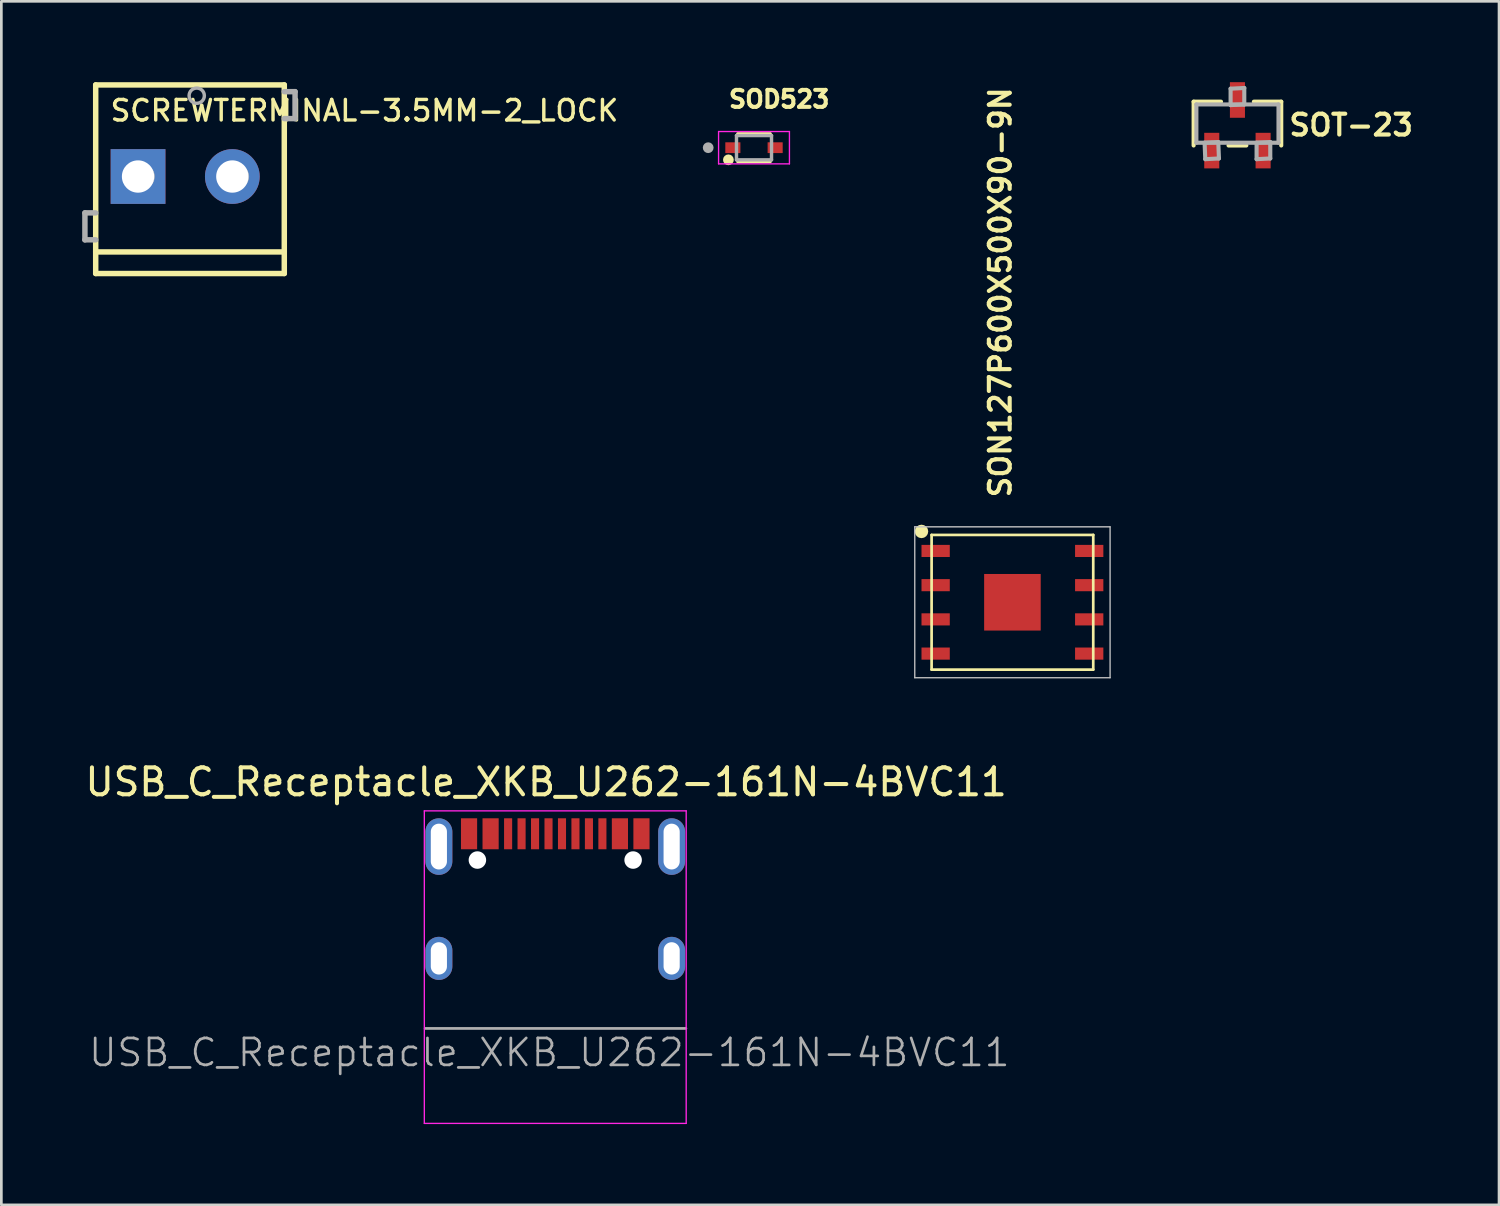
<source format=kicad_pcb>
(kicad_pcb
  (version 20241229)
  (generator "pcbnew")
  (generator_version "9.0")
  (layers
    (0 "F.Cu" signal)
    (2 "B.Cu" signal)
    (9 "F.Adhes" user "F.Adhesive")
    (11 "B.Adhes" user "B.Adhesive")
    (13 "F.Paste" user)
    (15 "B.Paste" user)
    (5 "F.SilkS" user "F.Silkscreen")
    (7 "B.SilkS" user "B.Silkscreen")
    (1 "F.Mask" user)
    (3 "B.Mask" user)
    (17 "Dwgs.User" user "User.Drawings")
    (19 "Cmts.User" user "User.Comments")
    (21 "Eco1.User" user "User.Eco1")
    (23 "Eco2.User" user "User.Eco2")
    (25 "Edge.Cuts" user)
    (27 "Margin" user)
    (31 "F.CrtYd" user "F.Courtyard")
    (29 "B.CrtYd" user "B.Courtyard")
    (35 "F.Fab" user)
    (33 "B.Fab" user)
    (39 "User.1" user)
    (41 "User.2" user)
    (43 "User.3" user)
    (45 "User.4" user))
  (footprint "SCREWTERMINAL-3.5MM-2_LOCK"
    (layer "F.Cu")
    (at 2.074 3.502)
    (property "Reference" "SCREWTERMINAL-3.5MM-2_LOCK" (at -1.097 -2 0) (layer "F.SilkS") (effects (font (size 0.762 0.762) (thickness 0.127)) (justify left bottom)))
    (attr through_hole)
    (fp_line (start -1.572 -3.4) (end 5.428 -3.4) (stroke (width 0.203) (type solid)) (layer "F.SilkS"))
    (fp_line (start -1.572 2.8) (end -1.572 -3.4) (stroke (width 0.203) (type solid)) (layer "F.SilkS"))
    (fp_line (start -1.572 3.6) (end -1.572 2.8) (stroke (width 0.203) (type solid)) (layer "F.SilkS"))
    (fp_line (start 5.428 -3.4) (end 5.428 2.8) (stroke (width 0.203) (type solid)) (layer "F.SilkS"))
    (fp_line (start 5.428 2.8) (end -1.572 2.8) (stroke (width 0.203) (type solid)) (layer "F.SilkS"))
    (fp_line (start 5.428 2.8) (end 5.428 3.6) (stroke (width 0.203) (type solid)) (layer "F.SilkS"))
    (fp_line (start 5.428 3.6) (end -1.572 3.6) (stroke (width 0.203) (type solid)) (layer "F.SilkS"))
    (fp_line (start -1.972 1.35) (end -1.972 2.35) (stroke (width 0.203) (type solid)) (layer "F.Fab"))
    (fp_line (start -1.972 2.35) (end -1.572 2.35) (stroke (width 0.203) (type solid)) (layer "F.Fab"))
    (fp_line (start -1.572 1.35) (end -1.972 1.35) (stroke (width 0.203) (type solid)) (layer "F.Fab"))
    (fp_line (start 5.428 -3.15) (end 5.828 -3.15) (stroke (width 0.203) (type solid)) (layer "F.Fab"))
    (fp_line (start 5.828 -3.15) (end 5.828 -2.15) (stroke (width 0.203) (type solid)) (layer "F.Fab"))
    (fp_line (start 5.828 -2.15) (end 5.428 -2.15) (stroke (width 0.203) (type solid)) (layer "F.Fab"))
    (fp_circle (center 0.178 0) (end 0.61 0) (stroke (width 0.025) (type solid)) (fill no) (layer "F.Fab"))
    (fp_circle (center 2.178 -3) (end 2.461 -3) (stroke (width 0.127) (type solid)) (fill no) (layer "F.Fab"))
    (fp_circle (center 3.678 0) (end 4.11 0) (stroke (width 0.025) (type solid)) (fill no) (layer "F.Fab"))
    (pad "1" thru_hole rect (at 0 0) (size 2.032 2.032) (drill 1.2) (layers "*.Cu" "*.Mask"))
    (pad "2" thru_hole circle (at 3.5 0) (size 2.032 2.032) (drill 1.2) (layers "*.Cu" "*.Mask")))
  (footprint "SON127P600X500X90-9N"
    (layer "F.Cu")
    (at 34.529 19.305)
    (property "Reference" "SON127P600X500X90-9N" (at 0 -3.81 270) (layer "F.SilkS") (effects (font (size 0.772 0.772) (thickness 0.154)) (justify left bottom)))
    (attr smd)
    (fp_line (start -3 -2.5) (end 3 -2.5) (stroke (width 0.1) (type solid)) (layer "F.SilkS"))
    (fp_line (start -3 2.5) (end -3 -2.5) (stroke (width 0.1) (type solid)) (layer "F.SilkS"))
    (fp_line (start 3 -2.5) (end 3 2.5) (stroke (width 0.1) (type solid)) (layer "F.SilkS"))
    (fp_line (start 3 2.5) (end -3 2.5) (stroke (width 0.1) (type solid)) (layer "F.SilkS"))
    (fp_circle (center -3.375 -2.63) (end -3.25 -2.63) (stroke (width 0.25) (type solid)) (fill no) (layer "F.SilkS"))
    (fp_line (start -3.625 -2.8) (end 3.625 -2.8) (stroke (width 0.05) (type solid)) (layer "Dwgs.User"))
    (fp_line (start -3.625 2.8) (end -3.625 -2.8) (stroke (width 0.05) (type solid)) (layer "Dwgs.User"))
    (fp_line (start 3.625 -2.8) (end 3.625 2.8) (stroke (width 0.05) (type solid)) (layer "Dwgs.User"))
    (fp_line (start 3.625 2.8) (end -3.625 2.8) (stroke (width 0.05) (type solid)) (layer "Dwgs.User"))
    (pad "1" smd rect (at -2.85 -1.905) (size 1.05 0.45) (layers "F.Cu" "F.Mask" "F.Paste"))
    (pad "2" smd rect (at -2.85 -0.635) (size 1.05 0.45) (layers "F.Cu" "F.Mask" "F.Paste"))
    (pad "3" smd rect (at -2.85 0.635) (size 1.05 0.45) (layers "F.Cu" "F.Mask" "F.Paste"))
    (pad "4" smd rect (at -2.85 1.905) (size 1.05 0.45) (layers "F.Cu" "F.Mask" "F.Paste"))
    (pad "5" smd rect (at 2.85 1.905) (size 1.05 0.45) (layers "F.Cu" "F.Mask" "F.Paste"))
    (pad "6" smd rect (at 2.85 0.635) (size 1.05 0.45) (layers "F.Cu" "F.Mask" "F.Paste"))
    (pad "7" smd rect (at 2.85 -0.635) (size 1.05 0.45) (layers "F.Cu" "F.Mask" "F.Paste"))
    (pad "8" smd rect (at 2.85 -1.905) (size 1.05 0.45) (layers "F.Cu" "F.Mask" "F.Paste"))
    (pad "9" smd rect (at 0 0 90) (size 2.1 2.1) (layers "F.Cu" "F.Mask" "F.Paste")))
  (footprint "SOT-23"
    (layer "F.Cu")
    (at 42.881 1.537)
    (property "Reference" "SOT-23" (at 1.841 0.508 180) (layer "F.SilkS") (effects (font (size 0.772 0.772) (thickness 0.154)) (justify left bottom)))
    (attr smd)
    (fp_line (start -1.626 -0.813) (end -1.626 0.813) (stroke (width 0.152) (type solid)) (layer "F.SilkS"))
    (fp_line (start -0.61 -0.813) (end -1.626 -0.813) (stroke (width 0.152) (type solid)) (layer "F.SilkS"))
    (fp_line (start -0.33 0.813) (end 0.33 0.813) (stroke (width 0.152) (type solid)) (layer "F.SilkS"))
    (fp_line (start 1.626 -0.813) (end 0.61 -0.813) (stroke (width 0.152) (type solid)) (layer "F.SilkS"))
    (fp_line (start 1.626 0.813) (end 1.626 -0.813) (stroke (width 0.152) (type solid)) (layer "F.SilkS"))
    (fp_line (start -1.524 -0.711) (end -1.524 0.711) (stroke (width 0.152) (type solid)) (layer "F.Fab"))
    (fp_line (start -1.524 0.711) (end 1.524 0.711) (stroke (width 0.152) (type solid)) (layer "F.Fab"))
    (fp_line (start -1.219 0.711) (end -1.194 1.321) (stroke (width 0.152) (type solid)) (layer "F.Fab"))
    (fp_line (start -1.194 1.321) (end -0.686 1.295) (stroke (width 0.152) (type solid)) (layer "F.Fab"))
    (fp_line (start -0.711 0.686) (end -1.219 0.711) (stroke (width 0.152) (type solid)) (layer "F.Fab"))
    (fp_line (start -0.686 1.295) (end -0.711 0.686) (stroke (width 0.152) (type solid)) (layer "F.Fab"))
    (fp_line (start -0.254 -1.295) (end -0.254 -0.686) (stroke (width 0.152) (type solid)) (layer "F.Fab"))
    (fp_line (start -0.254 -0.686) (end 0.254 -0.711) (stroke (width 0.152) (type solid)) (layer "F.Fab"))
    (fp_line (start 0.254 -1.321) (end -0.254 -1.295) (stroke (width 0.152) (type solid)) (layer "F.Fab"))
    (fp_line (start 0.254 -0.711) (end 0.254 -1.321) (stroke (width 0.152) (type solid)) (layer "F.Fab"))
    (fp_line (start 0.711 0.711) (end 0.711 1.321) (stroke (width 0.152) (type solid)) (layer "F.Fab"))
    (fp_line (start 0.711 1.321) (end 1.219 1.295) (stroke (width 0.152) (type solid)) (layer "F.Fab"))
    (fp_line (start 1.219 0.686) (end 0.711 0.711) (stroke (width 0.152) (type solid)) (layer "F.Fab"))
    (fp_line (start 1.219 1.295) (end 1.219 0.686) (stroke (width 0.152) (type solid)) (layer "F.Fab"))
    (fp_line (start 1.524 -0.711) (end -1.524 -0.711) (stroke (width 0.152) (type solid)) (layer "F.Fab"))
    (fp_line (start 1.524 0.711) (end 1.524 -0.711) (stroke (width 0.152) (type solid)) (layer "F.Fab"))
    (pad "1" smd rect (at -0.953 1.003) (size 0.559 1.321) (layers "F.Cu" "F.Mask" "F.Paste"))
    (pad "2" smd rect (at 0.953 1.003) (size 0.559 1.321) (layers "F.Cu" "F.Mask" "F.Paste"))
    (pad "3" smd rect (at 0 -0.876) (size 0.559 1.321) (layers "F.Cu" "F.Mask" "F.Paste")))
  (footprint "USB_C_Receptacle_XKB_U262-161N-4BVC11"
    (layer "F.Cu")
    (at 17.06 32.918)
    (property "Reference" "USB_C_Receptacle_XKB_U262-161N-4BVC11" (at 0.16 -6.94 0) (layer "F.SilkS") (effects (font (size 1 1) (thickness 0.15))))
    (attr smd)
    (fp_line (start -4.36 -5.87) (end 5.36 -5.87) (stroke (width 0.05) (type solid)) (layer "F.CrtYd"))
    (fp_line (start -4.36 5.73) (end -4.36 -5.87) (stroke (width 0.05) (type solid)) (layer "F.CrtYd"))
    (fp_line (start 5.36 -5.87) (end 5.36 5.73) (stroke (width 0.05) (type solid)) (layer "F.CrtYd"))
    (fp_line (start 5.36 5.73) (end -4.36 5.73) (stroke (width 0.05) (type solid)) (layer "F.CrtYd"))
    (fp_line (start -4.33 2.205) (end 5.35 2.205) (stroke (width 0.1) (type solid)) (layer "F.Fab"))
    (fp_text user "${REFERENCE}" (at 0.28 3.1 0) (layer "F.Fab") (effects (font (size 1 1) (thickness 0.1))))
    (pad "" np_thru_hole circle (at -2.39 -4.045) (size 0.65 0.65) (drill 0.65) (layers "*.Cu" "*.Mask"))
    (pad "" np_thru_hole circle (at 3.39 -4.045) (size 0.65 0.65) (drill 0.65) (layers "*.Cu" "*.Mask"))
    (pad "A1" smd rect (at -2.7 -5.02) (size 0.6 1.15) (layers "F.Cu" "F.Mask" "F.Paste"))
    (pad "A4" smd rect (at -1.9 -5.02) (size 0.6 1.15) (layers "F.Cu" "F.Mask" "F.Paste"))
    (pad "A5" smd rect (at -0.75 -5.02) (size 0.3 1.15) (layers "F.Cu" "F.Mask" "F.Paste"))
    (pad "A6" smd rect (at 0.25 -5.02) (size 0.3 1.15) (layers "F.Cu" "F.Mask" "F.Paste"))
    (pad "A7" smd rect (at 0.75 -5.02) (size 0.3 1.15) (layers "F.Cu" "F.Mask" "F.Paste"))
    (pad "A8" smd rect (at 1.75 -5.02) (size 0.3 1.15) (layers "F.Cu" "F.Mask" "F.Paste"))
    (pad "A9" smd rect (at 2.9 -5.02) (size 0.6 1.15) (layers "F.Cu" "F.Mask" "F.Paste"))
    (pad "A12" smd rect (at 3.7 -5.02) (size 0.6 1.15) (layers "F.Cu" "F.Mask" "F.Paste"))
    (pad "B5" smd rect (at 2.25 -5.02) (size 0.3 1.15) (layers "F.Cu" "F.Mask" "F.Paste"))
    (pad "B6" smd rect (at 1.25 -5.02) (size 0.3 1.15) (layers "F.Cu" "F.Mask" "F.Paste"))
    (pad "B7" smd rect (at -0.25 -5.02) (size 0.3 1.15) (layers "F.Cu" "F.Mask" "F.Paste"))
    (pad "B8" smd rect (at -1.25 -5.02) (size 0.3 1.15) (layers "F.Cu" "F.Mask" "F.Paste"))
    (pad "S1" thru_hole oval (at -3.82 -4.545) (size 1 2.1) (drill oval 0.6 1.7) (layers "*.Cu" "*.Mask"))
    (pad "S1" thru_hole oval (at -3.82 -0.395) (size 1 1.6) (drill oval 0.6 1.2) (layers "*.Cu" "*.Mask"))
    (pad "S1" thru_hole oval (at 4.82 -4.545) (size 1 2.1) (drill oval 0.6 1.7) (layers "*.Cu" "*.Mask"))
    (pad "S1" thru_hole oval (at 4.82 -0.395) (size 1 1.6) (drill oval 0.6 1.2) (layers "*.Cu" "*.Mask")))
  (footprint "SOD523"
    (layer "F.Cu")
    (at 24.937 2.432)
    (property "Reference" "SOD523" (at 0.935 -1.8 0) (layer "F.SilkS") (effects (font (size 0.63 0.63) (thickness 0.15))))
    (attr through_hole)
    (fp_line (start -0.6 -0.515) (end 0.6 -0.515) (stroke (width 0.127) (type solid)) (layer "F.SilkS"))
    (fp_line (start 0.6 0.515) (end -0.6 0.515) (stroke (width 0.127) (type solid)) (layer "F.SilkS"))
    (fp_circle (center -0.95 0.45) (end -0.85 0.45) (stroke (width 0.2) (type solid)) (fill no) (layer "F.SilkS"))
    (fp_line (start -1.315 -0.6) (end 1.315 -0.6) (stroke (width 0.05) (type solid)) (layer "F.CrtYd"))
    (fp_line (start -1.315 0.6) (end -1.315 -0.6) (stroke (width 0.05) (type solid)) (layer "F.CrtYd"))
    (fp_line (start 1.315 -0.6) (end 1.315 0.6) (stroke (width 0.05) (type solid)) (layer "F.CrtYd"))
    (fp_line (start 1.315 0.6) (end -1.315 0.6) (stroke (width 0.05) (type solid)) (layer "F.CrtYd"))
    (fp_line (start -0.65 -0.45) (end 0.65 -0.45) (stroke (width 0.127) (type solid)) (layer "F.Fab"))
    (fp_line (start -0.65 0.45) (end -0.65 -0.45) (stroke (width 0.127) (type solid)) (layer "F.Fab"))
    (fp_line (start 0.65 -0.45) (end 0.65 0.45) (stroke (width 0.127) (type solid)) (layer "F.Fab"))
    (fp_line (start 0.65 0.45) (end -0.65 0.45) (stroke (width 0.127) (type solid)) (layer "F.Fab"))
    (fp_circle (center -1.7 0) (end -1.6 0) (stroke (width 0.2) (type solid)) (fill no) (layer "F.Fab"))
    (pad "1" smd rect (at 0.785 0) (size 0.56 0.4) (layers "F.Cu" "F.Mask" "F.Paste"))
    (pad "2" smd rect (at -0.785 0) (size 0.56 0.4) (layers "F.Cu" "F.Mask" "F.Paste")))
  (gr_rect
    (start -3 -3)
    (end 52.591 41.673)
    (stroke (width 0.1) (type default))
    (fill no)
    (layer "Edge.Cuts")))
</source>
